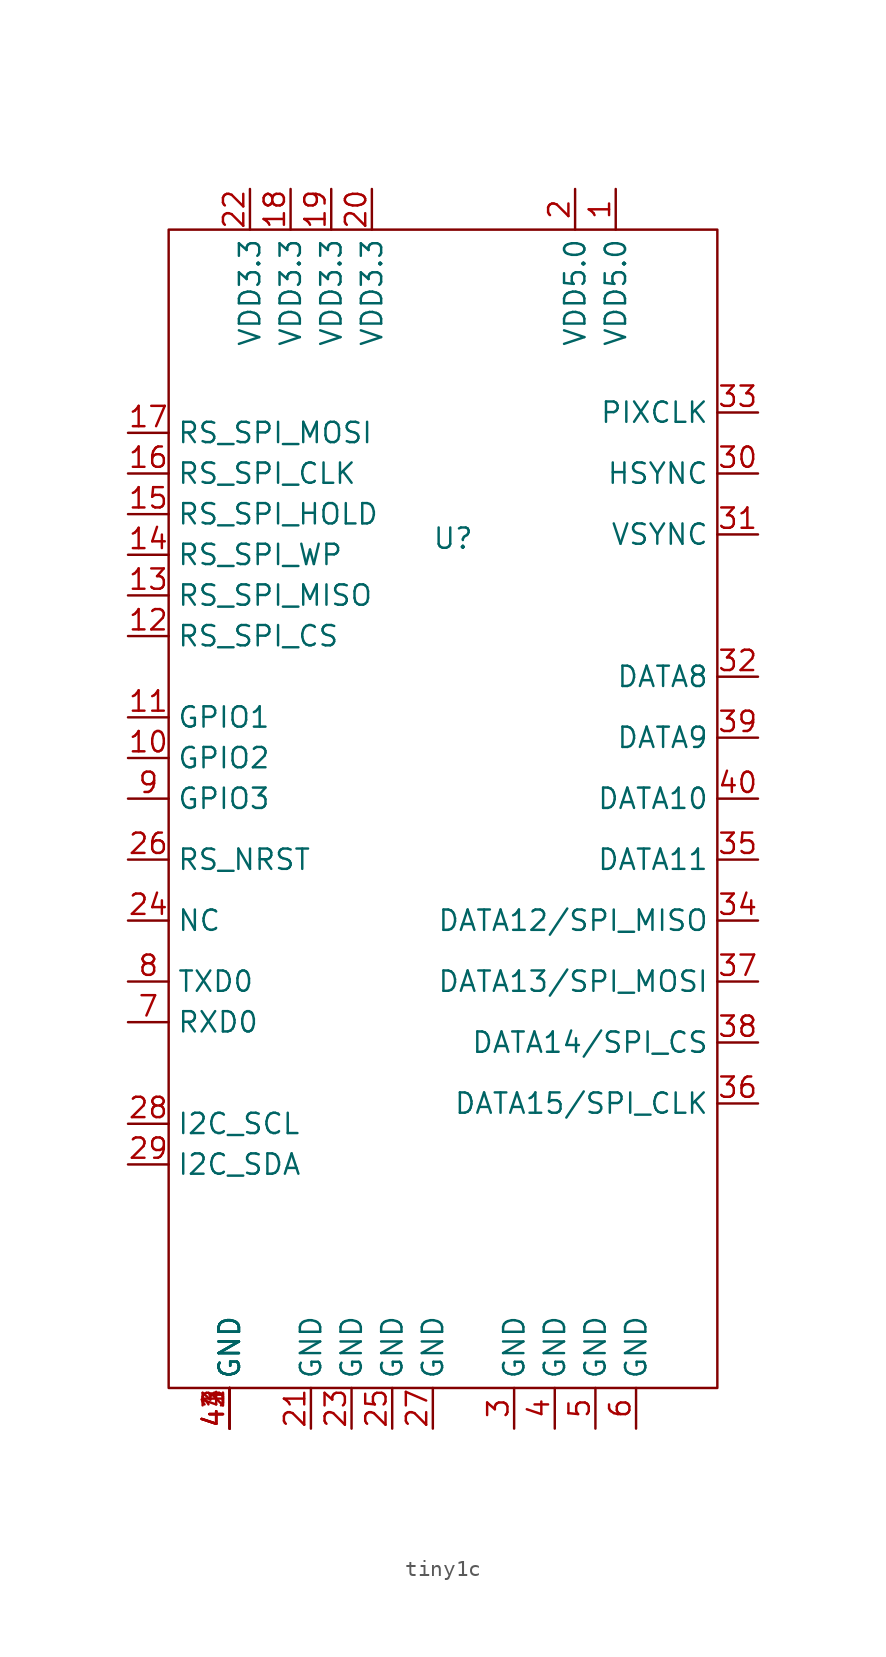
<source format=kicad_sym>
(kicad_symbol_lib
  (version 20241209)
  (generator "kicad_symbol_editor")
  (generator_version "9.0")
  (symbol "tiny1c"
    (property "Reference" "U"
      (at 0 -0.254 0)
      (effects (font (size 1.27 1.27))))
    (property "Value" ""
      (at 0 0 0)
      (effects (font (size 1.27 1.27))))
    (symbol "tiny1c_0_1"
      (rectangle (start -17.78 19.05) (end 16.51 -53.34) (stroke (width 0) (type default)) (fill (type none))))
    (symbol "tiny1c_1_1"
      (pin free line (at -20.32 6.35 0) (length 2.54) (name "RS_SPI_MOSI" (effects (font (size 1.27 1.27)))) (number "17" (effects (font (size 1.27 1.27)))))
      (pin free line (at -20.32 3.81 0) (length 2.54) (name "RS_SPI_CLK" (effects (font (size 1.27 1.27)))) (number "16" (effects (font (size 1.27 1.27)))))
      (pin free line (at -20.32 1.27 0) (length 2.54) (name "RS_SPI_HOLD" (effects (font (size 1.27 1.27)))) (number "15" (effects (font (size 1.27 1.27)))))
      (pin free line (at -20.32 -1.27 0) (length 2.54) (name "RS_SPI_WP" (effects (font (size 1.27 1.27)))) (number "14" (effects (font (size 1.27 1.27)))))
      (pin free line (at -20.32 -3.81 0) (length 2.54) (name "RS_SPI_MISO" (effects (font (size 1.27 1.27)))) (number "13" (effects (font (size 1.27 1.27)))))
      (pin free line (at -20.32 -6.35 0) (length 2.54) (name "RS_SPI_CS" (effects (font (size 1.27 1.27)))) (number "12" (effects (font (size 1.27 1.27)))))
      (pin free line (at -20.32 -11.43 0) (length 2.54) (name "GPIO1" (effects (font (size 1.27 1.27)))) (number "11" (effects (font (size 1.27 1.27)))))
      (pin free line (at -20.32 -13.97 0) (length 2.54) (name "GPIO2" (effects (font (size 1.27 1.27)))) (number "10" (effects (font (size 1.27 1.27)))))
      (pin free line (at -20.32 -16.51 0) (length 2.54) (name "GPIO3" (effects (font (size 1.27 1.27)))) (number "9" (effects (font (size 1.27 1.27)))))
      (pin free line (at -20.32 -20.32 0) (length 2.54) (name "RS_NRST" (effects (font (size 1.27 1.27)))) (number "26" (effects (font (size 1.27 1.27)))))
      (pin free line (at -20.32 -24.13 0) (length 2.54) (name "NC" (effects (font (size 1.27 1.27)))) (number "24" (effects (font (size 1.27 1.27)))))
      (pin free line (at -20.32 -27.94 0) (length 2.54) (name "TXD0" (effects (font (size 1.27 1.27)))) (number "8" (effects (font (size 1.27 1.27)))))
      (pin free line (at -20.32 -30.48 0) (length 2.54) (name "RXD0" (effects (font (size 1.27 1.27)))) (number "7" (effects (font (size 1.27 1.27)))))
      (pin free line (at -20.32 -36.83 0) (length 2.54) (name "I2C_SCL" (effects (font (size 1.27 1.27)))) (number "28" (effects (font (size 1.27 1.27)))))
      (pin free line (at -20.32 -39.37 0) (length 2.54) (name "I2C_SDA" (effects (font (size 1.27 1.27)))) (number "29" (effects (font (size 1.27 1.27)))))
      (pin free line (at -13.97 -55.88 90) (length 2.54) (name "GND" (effects (font (size 1.27 1.27)))) (number "41" (effects (font (size 1.27 1.27)))))
      (pin free line (at -13.97 -55.88 90) (length 2.54) (name "GND" (effects (font (size 1.27 1.27)))) (number "42" (effects (font (size 1.27 1.27)))))
      (pin free line (at -13.97 -55.88 90) (length 2.54) (name "GND" (effects (font (size 1.27 1.27)))) (number "43" (effects (font (size 1.27 1.27)))))
      (pin free line (at -13.97 -55.88 90) (length 2.54) (name "GND" (effects (font (size 1.27 1.27)))) (number "44" (effects (font (size 1.27 1.27)))))
      (pin free line (at -12.7 21.59 270) (length 2.54) (name "VDD3.3" (effects (font (size 1.27 1.27)))) (number "22" (effects (font (size 1.27 1.27)))))
      (pin free line (at -10.16 21.59 270) (length 2.54) (name "VDD3.3" (effects (font (size 1.27 1.27)))) (number "18" (effects (font (size 1.27 1.27)))))
      (pin free line (at -8.89 -55.88 90) (length 2.54) (name "GND" (effects (font (size 1.27 1.27)))) (number "21" (effects (font (size 1.27 1.27)))))
      (pin free line (at -7.62 21.59 270) (length 2.54) (name "VDD3.3" (effects (font (size 1.27 1.27)))) (number "19" (effects (font (size 1.27 1.27)))))
      (pin free line (at -6.35 -55.88 90) (length 2.54) (name "GND" (effects (font (size 1.27 1.27)))) (number "23" (effects (font (size 1.27 1.27)))))
      (pin free line (at -5.08 21.59 270) (length 2.54) (name "VDD3.3" (effects (font (size 1.27 1.27)))) (number "20" (effects (font (size 1.27 1.27)))))
      (pin free line (at -3.81 -55.88 90) (length 2.54) (name "GND" (effects (font (size 1.27 1.27)))) (number "25" (effects (font (size 1.27 1.27)))))
      (pin free line (at -1.27 -55.88 90) (length 2.54) (name "GND" (effects (font (size 1.27 1.27)))) (number "27" (effects (font (size 1.27 1.27)))))
      (pin free line (at 3.81 -55.88 90) (length 2.54) (name "GND" (effects (font (size 1.27 1.27)))) (number "3" (effects (font (size 1.27 1.27)))))
      (pin free line (at 6.35 -55.88 90) (length 2.54) (name "GND" (effects (font (size 1.27 1.27)))) (number "4" (effects (font (size 1.27 1.27)))))
      (pin free line (at 7.62 21.59 270) (length 2.54) (name "VDD5.0" (effects (font (size 1.27 1.27)))) (number "2" (effects (font (size 1.27 1.27)))))
      (pin free line (at 8.89 -55.88 90) (length 2.54) (name "GND" (effects (font (size 1.27 1.27)))) (number "5" (effects (font (size 1.27 1.27)))))
      (pin free line (at 10.16 21.59 270) (length 2.54) (name "VDD5.0" (effects (font (size 1.27 1.27)))) (number "1" (effects (font (size 1.27 1.27)))))
      (pin free line (at 11.43 -55.88 90) (length 2.54) (name "GND" (effects (font (size 1.27 1.27)))) (number "6" (effects (font (size 1.27 1.27)))))
      (pin free line (at 19.05 7.62 180) (length 2.54) (name "PIXCLK" (effects (font (size 1.27 1.27)))) (number "33" (effects (font (size 1.27 1.27)))))
      (pin free line (at 19.05 3.81 180) (length 2.54) (name "HSYNC" (effects (font (size 1.27 1.27)))) (number "30" (effects (font (size 1.27 1.27)))))
      (pin free line (at 19.05 0 180) (length 2.54) (name "VSYNC" (effects (font (size 1.27 1.27)))) (number "31" (effects (font (size 1.27 1.27)))))
      (pin free line (at 19.05 -8.89 180) (length 2.54) (name "DATA8" (effects (font (size 1.27 1.27)))) (number "32" (effects (font (size 1.27 1.27)))))
      (pin free line (at 19.05 -12.7 180) (length 2.54) (name "DATA9" (effects (font (size 1.27 1.27)))) (number "39" (effects (font (size 1.27 1.27)))))
      (pin free line (at 19.05 -16.51 180) (length 2.54) (name "DATA10" (effects (font (size 1.27 1.27)))) (number "40" (effects (font (size 1.27 1.27)))))
      (pin free line (at 19.05 -20.32 180) (length 2.54) (name "DATA11" (effects (font (size 1.27 1.27)))) (number "35" (effects (font (size 1.27 1.27)))))
      (pin free line (at 19.05 -24.13 180) (length 2.54) (name "DATA12/SPI_MISO" (effects (font (size 1.27 1.27)))) (number "34" (effects (font (size 1.27 1.27)))))
      (pin free line (at 19.05 -27.94 180) (length 2.54) (name "DATA13/SPI_MOSI" (effects (font (size 1.27 1.27)))) (number "37" (effects (font (size 1.27 1.27)))))
      (pin free line (at 19.05 -31.75 180) (length 2.54) (name "DATA14/SPI_CS" (effects (font (size 1.27 1.27)))) (number "38" (effects (font (size 1.27 1.27)))))
      (pin free line (at 19.05 -35.56 180) (length 2.54) (name "DATA15/SPI_CLK" (effects (font (size 1.27 1.27)))) (number "36" (effects (font (size 1.27 1.27))))))))
</source>
